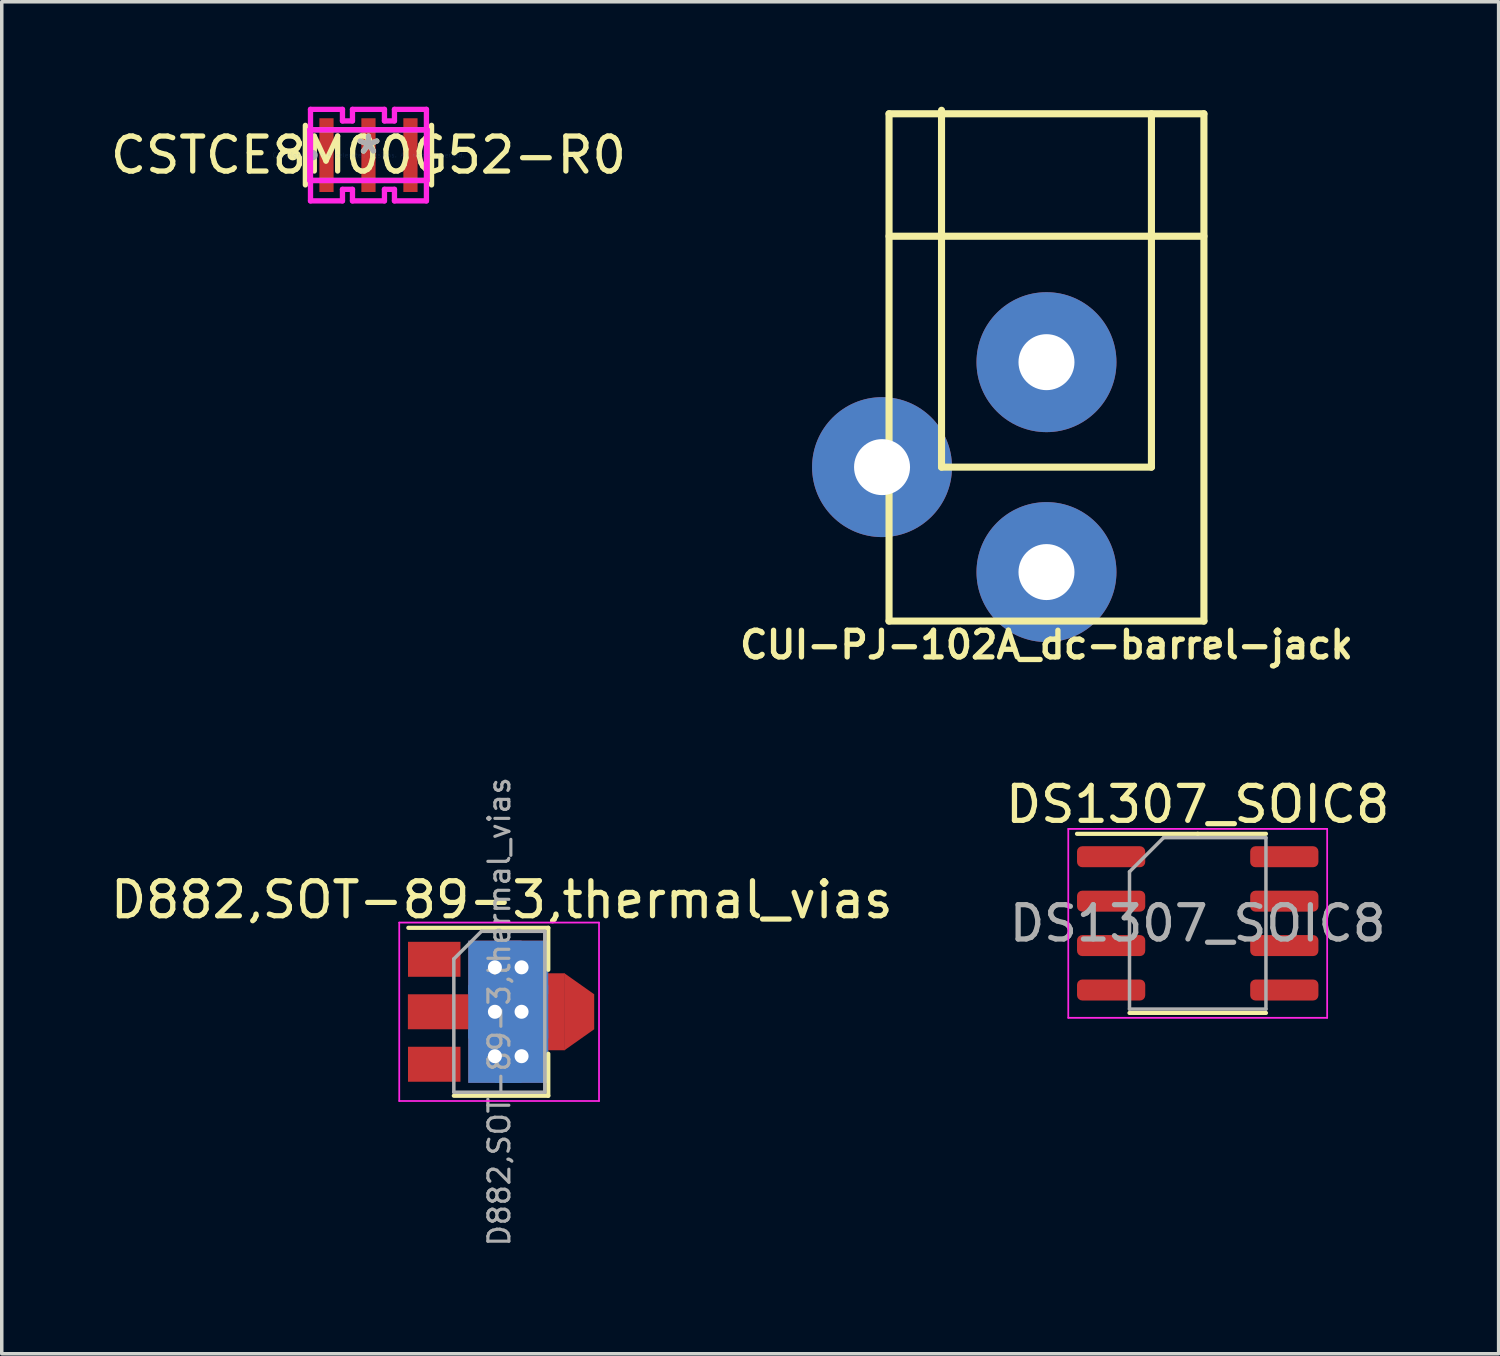
<source format=kicad_pcb>
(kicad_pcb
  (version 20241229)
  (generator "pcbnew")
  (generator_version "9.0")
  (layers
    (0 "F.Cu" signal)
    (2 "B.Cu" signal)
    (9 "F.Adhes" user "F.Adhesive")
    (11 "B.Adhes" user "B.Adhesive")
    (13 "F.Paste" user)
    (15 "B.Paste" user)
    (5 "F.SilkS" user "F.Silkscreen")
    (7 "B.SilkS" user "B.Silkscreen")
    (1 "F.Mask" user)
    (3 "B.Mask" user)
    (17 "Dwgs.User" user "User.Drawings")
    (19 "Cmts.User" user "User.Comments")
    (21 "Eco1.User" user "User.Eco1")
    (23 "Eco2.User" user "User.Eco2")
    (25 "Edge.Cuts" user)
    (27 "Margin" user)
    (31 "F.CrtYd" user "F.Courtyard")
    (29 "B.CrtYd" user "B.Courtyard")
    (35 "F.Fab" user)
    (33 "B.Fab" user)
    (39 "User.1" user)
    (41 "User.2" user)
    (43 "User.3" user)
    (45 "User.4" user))
  (footprint "CSTCE8M00G52-R0"
    (layer "F.Cu")
    (at 7.482 1.384)
    (property "Reference" "CSTCE8M00G52-R0" (at 0 0 0) (layer "F.SilkS") (effects (font (size 1 1) (thickness 0.15))))
    (attr through_hole)
    (fp_line (start -1.803 -0.851) (end -1.803 0.851) (stroke (width 0.152) (type solid)) (layer "F.SilkS"))
    (fp_line (start 1.803 0.851) (end 1.803 -0.851) (stroke (width 0.152) (type solid)) (layer "F.SilkS"))
    (fp_circle (center -2.165 0) (end -2.089 0) (stroke (width 0.152) (type solid)) (fill no) (layer "F.SilkS"))
    (fp_line (start -1.676 -0.724) (end 1.676 -0.724) (stroke (width 0.152) (type solid)) (layer "F.CrtYd"))
    (fp_line (start -1.676 0.724) (end -1.676 -0.724) (stroke (width 0.152) (type solid)) (layer "F.CrtYd"))
    (fp_line (start -1.657 -1.308) (end -0.743 -1.308) (stroke (width 0.152) (type solid)) (layer "F.CrtYd"))
    (fp_line (start -1.657 1.308) (end -1.657 -1.308) (stroke (width 0.152) (type solid)) (layer "F.CrtYd"))
    (fp_line (start -0.743 -1.308) (end -0.743 -0.978) (stroke (width 0.152) (type solid)) (layer "F.CrtYd"))
    (fp_line (start -0.743 -0.978) (end -0.457 -0.978) (stroke (width 0.152) (type solid)) (layer "F.CrtYd"))
    (fp_line (start -0.743 0.978) (end -0.743 1.308) (stroke (width 0.152) (type solid)) (layer "F.CrtYd"))
    (fp_line (start -0.743 1.308) (end -1.657 1.308) (stroke (width 0.152) (type solid)) (layer "F.CrtYd"))
    (fp_line (start -0.457 -1.308) (end 0.457 -1.308) (stroke (width 0.152) (type solid)) (layer "F.CrtYd"))
    (fp_line (start -0.457 -0.978) (end -0.457 -1.308) (stroke (width 0.152) (type solid)) (layer "F.CrtYd"))
    (fp_line (start -0.457 0.978) (end -0.743 0.978) (stroke (width 0.152) (type solid)) (layer "F.CrtYd"))
    (fp_line (start -0.457 1.308) (end -0.457 0.978) (stroke (width 0.152) (type solid)) (layer "F.CrtYd"))
    (fp_line (start 0.457 -1.308) (end 0.457 -0.978) (stroke (width 0.152) (type solid)) (layer "F.CrtYd"))
    (fp_line (start 0.457 -0.978) (end 0.743 -0.978) (stroke (width 0.152) (type solid)) (layer "F.CrtYd"))
    (fp_line (start 0.457 0.978) (end 0.457 1.308) (stroke (width 0.152) (type solid)) (layer "F.CrtYd"))
    (fp_line (start 0.457 1.308) (end -0.457 1.308) (stroke (width 0.152) (type solid)) (layer "F.CrtYd"))
    (fp_line (start 0.743 -1.308) (end 1.657 -1.308) (stroke (width 0.152) (type solid)) (layer "F.CrtYd"))
    (fp_line (start 0.743 -0.978) (end 0.743 -1.308) (stroke (width 0.152) (type solid)) (layer "F.CrtYd"))
    (fp_line (start 0.743 0.978) (end 0.457 0.978) (stroke (width 0.152) (type solid)) (layer "F.CrtYd"))
    (fp_line (start 0.743 1.308) (end 0.743 0.978) (stroke (width 0.152) (type solid)) (layer "F.CrtYd"))
    (fp_line (start 1.657 -1.308) (end 1.657 1.308) (stroke (width 0.152) (type solid)) (layer "F.CrtYd"))
    (fp_line (start 1.657 1.308) (end 0.743 1.308) (stroke (width 0.152) (type solid)) (layer "F.CrtYd"))
    (fp_line (start 1.676 -0.724) (end 1.676 0.724) (stroke (width 0.152) (type solid)) (layer "F.CrtYd"))
    (fp_line (start 1.676 0.724) (end -1.676 0.724) (stroke (width 0.152) (type solid)) (layer "F.CrtYd"))
    (fp_line (start -1.676 -0.724) (end -1.676 0.724) (stroke (width 0.152) (type solid)) (layer "F.Fab"))
    (fp_line (start -1.676 0.724) (end 1.676 0.724) (stroke (width 0.152) (type solid)) (layer "F.Fab"))
    (fp_line (start 1.676 -0.724) (end -1.676 -0.724) (stroke (width 0.152) (type solid)) (layer "F.Fab"))
    (fp_line (start 1.676 0.724) (end 1.676 -0.724) (stroke (width 0.152) (type solid)) (layer "F.Fab"))
    (fp_circle (center -1.6 0) (end -1.524 0) (stroke (width 0.152) (type solid)) (fill no) (layer "F.Fab"))
    (fp_text user "*" (at 0 0 0) (layer "F.SilkS") (effects (font (size 1 1) (thickness 0.15))))
    (fp_text user "Copyright 2016 Accelerated Designs. All rights reserved." (at 0 0 0) (layer "Cmts.User") (effects (font (size 0.127 0.127) (thickness 0.002))))
    (fp_text user "*" (at 0 0 0) (layer "F.Fab") (effects (font (size 1 1) (thickness 0.15))))
    (pad "1" smd rect (at -1.2 0) (size 0.406 2.108) (layers "F.Cu" "F.Mask" "F.Paste"))
    (pad "2" smd rect (at 0 0) (size 0.406 2.108) (layers "F.Cu" "F.Mask" "F.Paste"))
    (pad "3" smd rect (at 1.2 0) (size 0.406 2.108) (layers "F.Cu" "F.Mask" "F.Paste")))
  (footprint "DS1307_SOIC8"
    (layer "F.Cu")
    (at 31.185 23.343)
    (property "Reference" "DS1307_SOIC8" (at 0 -3.4 0) (layer "F.SilkS") (effects (font (size 1 1) (thickness 0.15))))
    (attr smd)
    (fp_line (start 0 -2.56) (end -3.45 -2.56) (stroke (width 0.12) (type solid)) (layer "F.SilkS"))
    (fp_line (start 0 -2.56) (end 1.95 -2.56) (stroke (width 0.12) (type solid)) (layer "F.SilkS"))
    (fp_line (start 0 2.56) (end -1.95 2.56) (stroke (width 0.12) (type solid)) (layer "F.SilkS"))
    (fp_line (start 0 2.56) (end 1.95 2.56) (stroke (width 0.12) (type solid)) (layer "F.SilkS"))
    (fp_line (start -3.7 -2.7) (end -3.7 2.7) (stroke (width 0.05) (type solid)) (layer "F.CrtYd"))
    (fp_line (start -3.7 2.7) (end 3.7 2.7) (stroke (width 0.05) (type solid)) (layer "F.CrtYd"))
    (fp_line (start 3.7 -2.7) (end -3.7 -2.7) (stroke (width 0.05) (type solid)) (layer "F.CrtYd"))
    (fp_line (start 3.7 2.7) (end 3.7 -2.7) (stroke (width 0.05) (type solid)) (layer "F.CrtYd"))
    (fp_line (start -1.95 -1.475) (end -0.975 -2.45) (stroke (width 0.1) (type solid)) (layer "F.Fab"))
    (fp_line (start -1.95 2.45) (end -1.95 -1.475) (stroke (width 0.1) (type solid)) (layer "F.Fab"))
    (fp_line (start -0.975 -2.45) (end 1.95 -2.45) (stroke (width 0.1) (type solid)) (layer "F.Fab"))
    (fp_line (start 1.95 -2.45) (end 1.95 2.45) (stroke (width 0.1) (type solid)) (layer "F.Fab"))
    (fp_line (start 1.95 2.45) (end -1.95 2.45) (stroke (width 0.1) (type solid)) (layer "F.Fab"))
    (fp_text user "${REFERENCE}" (at 0 0 0) (layer "F.Fab") (effects (font (size 0.98 0.98) (thickness 0.15))))
    (pad "1" smd roundrect (at -2.475 -1.905) (size 1.95 0.6) (layers "F.Cu" "F.Mask" "F.Paste") (roundrect_rratio 0.25))
    (pad "2" smd roundrect (at -2.475 -0.635) (size 1.95 0.6) (layers "F.Cu" "F.Mask" "F.Paste") (roundrect_rratio 0.25))
    (pad "3" smd roundrect (at -2.475 0.635) (size 1.95 0.6) (layers "F.Cu" "F.Mask" "F.Paste") (roundrect_rratio 0.25))
    (pad "4" smd roundrect (at -2.475 1.905) (size 1.95 0.6) (layers "F.Cu" "F.Mask" "F.Paste") (roundrect_rratio 0.25))
    (pad "5" smd roundrect (at 2.475 1.905) (size 1.95 0.6) (layers "F.Cu" "F.Mask" "F.Paste") (roundrect_rratio 0.25))
    (pad "6" smd roundrect (at 2.475 0.635) (size 1.95 0.6) (layers "F.Cu" "F.Mask" "F.Paste") (roundrect_rratio 0.25))
    (pad "7" smd roundrect (at 2.475 -0.635) (size 1.95 0.6) (layers "F.Cu" "F.Mask" "F.Paste") (roundrect_rratio 0.25))
    (pad "8" smd roundrect (at 2.475 -1.905) (size 1.95 0.6) (layers "F.Cu" "F.Mask" "F.Paste") (roundrect_rratio 0.25)))
  (footprint "CUI-PJ-102A_dc-barrel-jack"
    (layer "F.Cu")
    (at 26.862 10.302)
    (property "Reference" "CUI-PJ-102A_dc-barrel-jack" (at 0 5.08 0) (layer "F.SilkS") (effects (font (size 0.762 0.762) (thickness 0.152))))
    (attr through_hole)
    (fp_line (start -4.5 -10.1) (end -4.5 4.4) (stroke (width 0.203) (type solid)) (layer "F.SilkS"))
    (fp_line (start -4.5 -6.6) (end 4.5 -6.6) (stroke (width 0.203) (type solid)) (layer "F.SilkS"))
    (fp_line (start -4.5 4.4) (end 4.5 4.4) (stroke (width 0.203) (type solid)) (layer "F.SilkS"))
    (fp_line (start -3 0) (end -3 -10.2) (stroke (width 0.203) (type solid)) (layer "F.SilkS"))
    (fp_line (start 3 -10.1) (end 3 0) (stroke (width 0.203) (type solid)) (layer "F.SilkS"))
    (fp_line (start 3 0) (end -3 0) (stroke (width 0.203) (type solid)) (layer "F.SilkS"))
    (fp_line (start 4.5 -10.1) (end -4.5 -10.1) (stroke (width 0.203) (type solid)) (layer "F.SilkS"))
    (fp_line (start 4.5 4.4) (end 4.5 -10.1) (stroke (width 0.203) (type solid)) (layer "F.SilkS"))
    (pad "1" thru_hole circle (at 0 3) (size 4 4) (drill 1.6) (layers "*.Cu" "*.Mask"))
    (pad "2" thru_hole circle (at -4.7 0) (size 4 4) (drill 1.6) (layers "*.Cu" "*.Mask"))
    (pad "2" thru_hole circle (at 0 -3) (size 4 4) (drill 1.6) (layers "*.Cu" "*.Mask")))
  (footprint "D882,SOT-89-3,thermal_vias"
    (layer "F.Cu")
    (at 10.842 25.87)
    (property "Reference" "D882,SOT-89-3,thermal_vias" (at 0.45 -3.2 0) (layer "F.SilkS") (effects (font (size 1 1) (thickness 0.15))))
    (attr smd)
    (fp_line (start -2.22 -2.4) (end 1.78 -2.4) (stroke (width 0.12) (type solid)) (layer "F.SilkS"))
    (fp_line (start 1.78 -2.4) (end 1.78 -1.2) (stroke (width 0.12) (type solid)) (layer "F.SilkS"))
    (fp_line (start 1.78 1.2) (end 1.78 2.4) (stroke (width 0.12) (type solid)) (layer "F.SilkS"))
    (fp_line (start 1.78 2.4) (end -0.92 2.4) (stroke (width 0.12) (type solid)) (layer "F.SilkS"))
    (fp_line (start -2.48 2.55) (end -2.48 -2.55) (stroke (width 0.05) (type solid)) (layer "F.CrtYd"))
    (fp_line (start -2.48 2.55) (end 3.23 2.55) (stroke (width 0.05) (type solid)) (layer "F.CrtYd"))
    (fp_line (start 3.23 -2.55) (end -2.48 -2.55) (stroke (width 0.05) (type solid)) (layer "F.CrtYd"))
    (fp_line (start 3.23 -2.55) (end 3.23 2.55) (stroke (width 0.05) (type solid)) (layer "F.CrtYd"))
    (fp_line (start -0.92 -1.51) (end -0.13 -2.3) (stroke (width 0.1) (type solid)) (layer "F.Fab"))
    (fp_line (start -0.92 2.3) (end -0.92 -1.51) (stroke (width 0.1) (type solid)) (layer "F.Fab"))
    (fp_line (start -0.13 -2.3) (end 1.68 -2.3) (stroke (width 0.1) (type solid)) (layer "F.Fab"))
    (fp_line (start 1.68 -2.3) (end 1.68 2.3) (stroke (width 0.1) (type solid)) (layer "F.Fab"))
    (fp_line (start 1.68 2.3) (end -0.92 2.3) (stroke (width 0.1) (type solid)) (layer "F.Fab"))
    (fp_text user "${REFERENCE}" (at 0.38 0 90) (layer "F.Fab") (effects (font (size 0.6 0.6) (thickness 0.09))))
    (pad "1" smd rect (at -1.48 -1.5 270) (size 1 1.5) (layers "F.Cu" "F.Mask" "F.Paste"))
    (pad "2" smd rect (at -1.333 0 270) (size 1 1.8) (layers "F.Cu" "F.Mask" "F.Paste"))
    (pad "2" smd trapezoid (at -0.076 0 90) (size 1.5 1) (rect_delta 0 0.7) (layers "F.Cu" "F.Mask" "F.Paste"))
    (pad "2" thru_hole rect (at 0.254 -1.27) (size 1.524 1.524) (drill 0.4) (layers "*.Cu" "F.Mask"))
    (pad "2" thru_hole rect (at 0.254 0) (size 1.524 1.524) (drill 0.4) (layers "*.Cu" "F.Mask"))
    (pad "2" thru_hole rect (at 0.254 1.27) (size 1.524 1.524) (drill 0.4) (layers "*.Cu" "F.Mask"))
    (pad "2" thru_hole rect (at 1.016 -1.27) (size 1.524 1.524) (drill 0.4) (layers "*.Cu" "F.Mask"))
    (pad "2" thru_hole rect (at 1.016 0) (size 1.524 1.524) (drill 0.4) (layers "*.Cu" "F.Mask"))
    (pad "2" thru_hole rect (at 1.016 1.27) (size 1.524 1.524) (drill 0.4) (layers "*.Cu" "F.Mask"))
    (pad "2" smd rect (at 1.333 0 270) (size 2.2 1.84) (layers "F.Cu" "F.Mask" "F.Paste"))
    (pad "2" smd trapezoid (at 2.667 0 270) (size 1.6 0.85) (rect_delta 0 0.6) (layers "F.Cu" "F.Mask" "F.Paste"))
    (pad "3" smd rect (at -1.48 1.5 270) (size 1 1.5) (layers "F.Cu" "F.Mask" "F.Paste")))
  (gr_rect
    (start -3 -3)
    (end 39.786 35.645)
    (stroke (width 0.1) (type default))
    (fill no)
    (layer "Edge.Cuts")))
</source>
